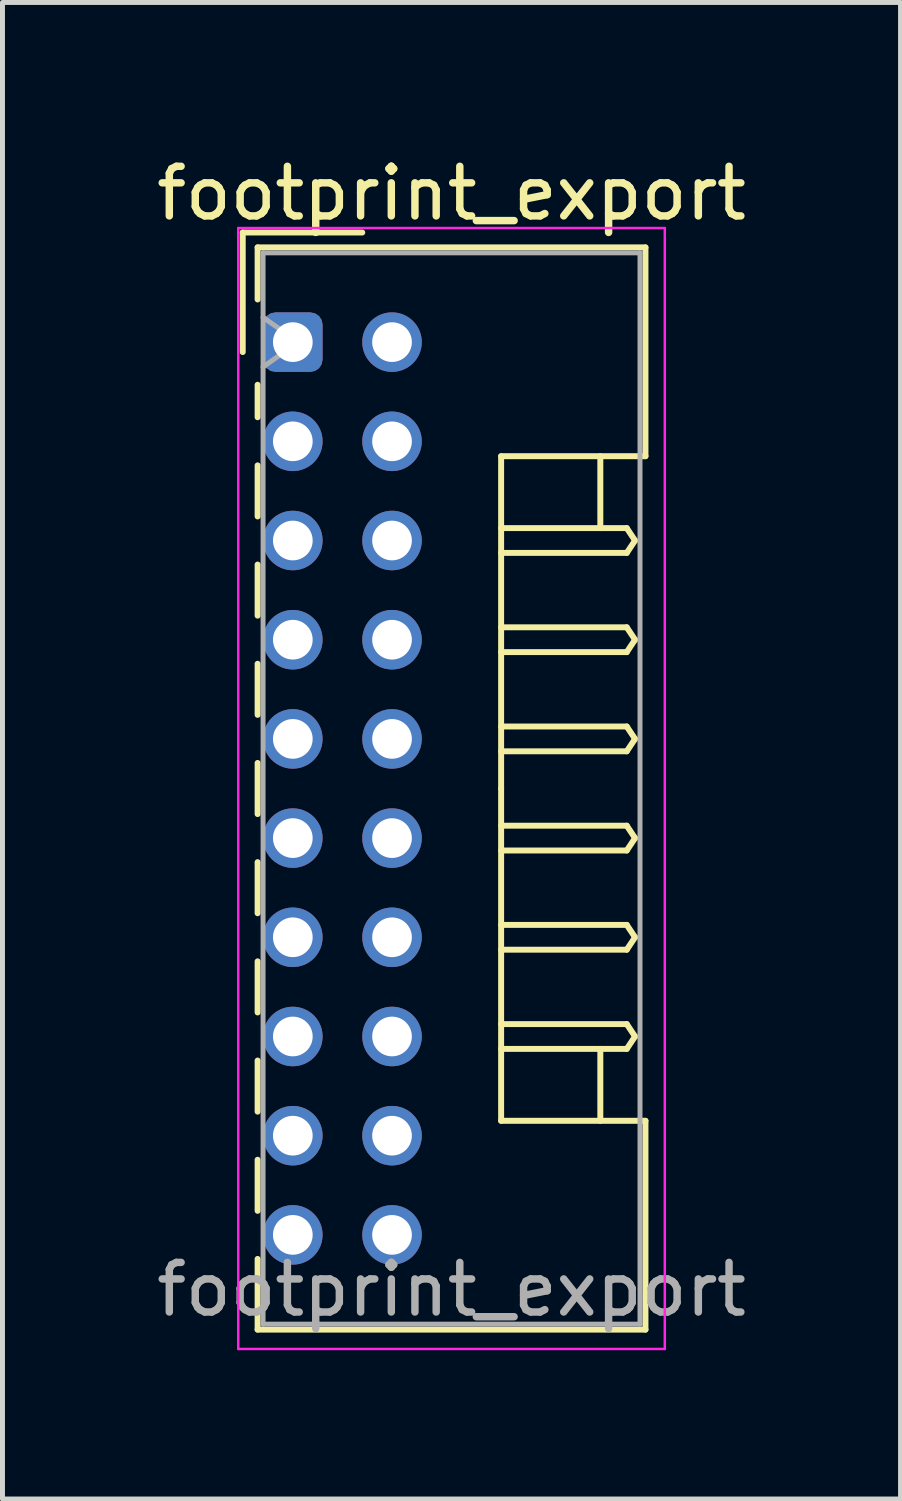
<source format=kicad_pcb>
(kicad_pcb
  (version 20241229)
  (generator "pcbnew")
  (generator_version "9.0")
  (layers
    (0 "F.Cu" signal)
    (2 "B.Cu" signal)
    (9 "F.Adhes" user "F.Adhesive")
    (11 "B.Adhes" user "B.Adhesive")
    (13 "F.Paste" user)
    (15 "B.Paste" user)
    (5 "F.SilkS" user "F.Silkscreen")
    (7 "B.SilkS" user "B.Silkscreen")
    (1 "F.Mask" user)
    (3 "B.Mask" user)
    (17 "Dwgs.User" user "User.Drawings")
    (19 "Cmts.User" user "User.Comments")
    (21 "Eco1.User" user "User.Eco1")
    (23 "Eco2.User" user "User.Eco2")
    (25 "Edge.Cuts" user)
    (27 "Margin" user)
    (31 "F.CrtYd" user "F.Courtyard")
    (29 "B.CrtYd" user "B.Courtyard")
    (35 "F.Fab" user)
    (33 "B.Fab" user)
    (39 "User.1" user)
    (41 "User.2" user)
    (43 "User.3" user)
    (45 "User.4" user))
  (footprint "footprint_export"
    (layer "F.Cu")
    (at 2.854 3.848)
    (property "Reference" "footprint_export" (at 3.2 -3 0) (layer "F.SilkS") (effects (font (size 1 1) (thickness 0.15))))
    (attr through_hole)
    (fp_line (start -1.01 -2.21) (end -1.01 0.2) (stroke (width 0.12) (type solid)) (layer "F.SilkS"))
    (fp_line (start -0.71 -1.91) (end -0.71 -0.86) (stroke (width 0.12) (type solid)) (layer "F.SilkS"))
    (fp_line (start -0.71 -1.91) (end 7.11 -1.91) (stroke (width 0.12) (type solid)) (layer "F.SilkS"))
    (fp_line (start -0.71 0.86) (end -0.71 1.515) (stroke (width 0.12) (type solid)) (layer "F.SilkS"))
    (fp_line (start -0.71 2.485) (end -0.71 3.515) (stroke (width 0.12) (type solid)) (layer "F.SilkS"))
    (fp_line (start -0.71 4.485) (end -0.71 5.515) (stroke (width 0.12) (type solid)) (layer "F.SilkS"))
    (fp_line (start -0.71 6.485) (end -0.71 7.515) (stroke (width 0.12) (type solid)) (layer "F.SilkS"))
    (fp_line (start -0.71 8.485) (end -0.71 9.515) (stroke (width 0.12) (type solid)) (layer "F.SilkS"))
    (fp_line (start -0.71 10.485) (end -0.71 11.515) (stroke (width 0.12) (type solid)) (layer "F.SilkS"))
    (fp_line (start -0.71 12.485) (end -0.71 13.515) (stroke (width 0.12) (type solid)) (layer "F.SilkS"))
    (fp_line (start -0.71 14.485) (end -0.71 15.515) (stroke (width 0.12) (type solid)) (layer "F.SilkS"))
    (fp_line (start -0.71 16.485) (end -0.71 17.515) (stroke (width 0.12) (type solid)) (layer "F.SilkS"))
    (fp_line (start -0.71 18.485) (end -0.71 19.91) (stroke (width 0.12) (type solid)) (layer "F.SilkS"))
    (fp_line (start -0.71 19.91) (end 7.11 19.91) (stroke (width 0.12) (type solid)) (layer "F.SilkS"))
    (fp_line (start 1.4 -2.21) (end -1.01 -2.21) (stroke (width 0.12) (type solid)) (layer "F.SilkS"))
    (fp_line (start 4.2 2.3) (end 4.2 9) (stroke (width 0.12) (type solid)) (layer "F.SilkS"))
    (fp_line (start 4.2 3.75) (end 6.733 3.75) (stroke (width 0.12) (type solid)) (layer "F.SilkS"))
    (fp_line (start 4.2 5.75) (end 6.733 5.75) (stroke (width 0.12) (type solid)) (layer "F.SilkS"))
    (fp_line (start 4.2 7.75) (end 6.733 7.75) (stroke (width 0.12) (type solid)) (layer "F.SilkS"))
    (fp_line (start 4.2 9.75) (end 6.733 9.75) (stroke (width 0.12) (type solid)) (layer "F.SilkS"))
    (fp_line (start 4.2 11.75) (end 6.733 11.75) (stroke (width 0.12) (type solid)) (layer "F.SilkS"))
    (fp_line (start 4.2 13.75) (end 6.733 13.75) (stroke (width 0.12) (type solid)) (layer "F.SilkS"))
    (fp_line (start 4.2 15.7) (end 4.2 9) (stroke (width 0.12) (type solid)) (layer "F.SilkS"))
    (fp_line (start 6.2 2.3) (end 6.2 3.75) (stroke (width 0.12) (type solid)) (layer "F.SilkS"))
    (fp_line (start 6.2 15.7) (end 6.2 14.25) (stroke (width 0.12) (type solid)) (layer "F.SilkS"))
    (fp_line (start 6.733 3.75) (end 6.9 4) (stroke (width 0.12) (type solid)) (layer "F.SilkS"))
    (fp_line (start 6.733 4.25) (end 4.2 4.25) (stroke (width 0.12) (type solid)) (layer "F.SilkS"))
    (fp_line (start 6.733 5.75) (end 6.9 6) (stroke (width 0.12) (type solid)) (layer "F.SilkS"))
    (fp_line (start 6.733 6.25) (end 4.2 6.25) (stroke (width 0.12) (type solid)) (layer "F.SilkS"))
    (fp_line (start 6.733 7.75) (end 6.9 8) (stroke (width 0.12) (type solid)) (layer "F.SilkS"))
    (fp_line (start 6.733 8.25) (end 4.2 8.25) (stroke (width 0.12) (type solid)) (layer "F.SilkS"))
    (fp_line (start 6.733 9.75) (end 6.9 10) (stroke (width 0.12) (type solid)) (layer "F.SilkS"))
    (fp_line (start 6.733 10.25) (end 4.2 10.25) (stroke (width 0.12) (type solid)) (layer "F.SilkS"))
    (fp_line (start 6.733 11.75) (end 6.9 12) (stroke (width 0.12) (type solid)) (layer "F.SilkS"))
    (fp_line (start 6.733 12.25) (end 4.2 12.25) (stroke (width 0.12) (type solid)) (layer "F.SilkS"))
    (fp_line (start 6.733 13.75) (end 6.9 14) (stroke (width 0.12) (type solid)) (layer "F.SilkS"))
    (fp_line (start 6.733 14.25) (end 4.2 14.25) (stroke (width 0.12) (type solid)) (layer "F.SilkS"))
    (fp_line (start 6.9 4) (end 6.733 4.25) (stroke (width 0.12) (type solid)) (layer "F.SilkS"))
    (fp_line (start 6.9 6) (end 6.733 6.25) (stroke (width 0.12) (type solid)) (layer "F.SilkS"))
    (fp_line (start 6.9 8) (end 6.733 8.25) (stroke (width 0.12) (type solid)) (layer "F.SilkS"))
    (fp_line (start 6.9 10) (end 6.733 10.25) (stroke (width 0.12) (type solid)) (layer "F.SilkS"))
    (fp_line (start 6.9 12) (end 6.733 12.25) (stroke (width 0.12) (type solid)) (layer "F.SilkS"))
    (fp_line (start 6.9 14) (end 6.733 14.25) (stroke (width 0.12) (type solid)) (layer "F.SilkS"))
    (fp_line (start 7.11 -1.91) (end 7.11 2.3) (stroke (width 0.12) (type solid)) (layer "F.SilkS"))
    (fp_line (start 7.11 2.3) (end 4.2 2.3) (stroke (width 0.12) (type solid)) (layer "F.SilkS"))
    (fp_line (start 7.11 15.7) (end 4.2 15.7) (stroke (width 0.12) (type solid)) (layer "F.SilkS"))
    (fp_line (start 7.11 19.91) (end 7.11 15.7) (stroke (width 0.12) (type solid)) (layer "F.SilkS"))
    (fp_line (start -1.1 -2.3) (end -1.1 20.3) (stroke (width 0.05) (type solid)) (layer "F.CrtYd"))
    (fp_line (start -1.1 20.3) (end 7.5 20.3) (stroke (width 0.05) (type solid)) (layer "F.CrtYd"))
    (fp_line (start 7.5 -2.3) (end -1.1 -2.3) (stroke (width 0.05) (type solid)) (layer "F.CrtYd"))
    (fp_line (start 7.5 20.3) (end 7.5 -2.3) (stroke (width 0.05) (type solid)) (layer "F.CrtYd"))
    (fp_line (start -0.6 -1.8) (end -0.6 19.8) (stroke (width 0.1) (type solid)) (layer "F.Fab"))
    (fp_line (start -0.6 0.5) (end 0.107 0) (stroke (width 0.1) (type solid)) (layer "F.Fab"))
    (fp_line (start -0.6 19.8) (end 7 19.8) (stroke (width 0.1) (type solid)) (layer "F.Fab"))
    (fp_line (start 0.107 0) (end -0.6 -0.5) (stroke (width 0.1) (type solid)) (layer "F.Fab"))
    (fp_line (start 7 -1.8) (end -0.6 -1.8) (stroke (width 0.1) (type solid)) (layer "F.Fab"))
    (fp_line (start 7 19.8) (end 7 -1.8) (stroke (width 0.1) (type solid)) (layer "F.Fab"))
    (fp_text user "${REFERENCE}" (at 3.2 19.1 0) (layer "F.Fab") (effects (font (size 1 1) (thickness 0.15))))
    (pad "a1" thru_hole roundrect (at 0 0) (size 1.2 1.2) (drill 0.8) (layers "*.Cu" "*.Mask") (roundrect_rratio 0.208))
    (pad "a2" thru_hole circle (at 0 2) (size 1.2 1.2) (drill 0.8) (layers "*.Cu" "*.Mask"))
    (pad "a3" thru_hole circle (at 0 4) (size 1.2 1.2) (drill 0.8) (layers "*.Cu" "*.Mask"))
    (pad "a4" thru_hole circle (at 0 6) (size 1.2 1.2) (drill 0.8) (layers "*.Cu" "*.Mask"))
    (pad "a5" thru_hole circle (at 0 8) (size 1.2 1.2) (drill 0.8) (layers "*.Cu" "*.Mask"))
    (pad "a6" thru_hole circle (at 0 10) (size 1.2 1.2) (drill 0.8) (layers "*.Cu" "*.Mask"))
    (pad "a7" thru_hole circle (at 0 12) (size 1.2 1.2) (drill 0.8) (layers "*.Cu" "*.Mask"))
    (pad "a8" thru_hole circle (at 0 14) (size 1.2 1.2) (drill 0.8) (layers "*.Cu" "*.Mask"))
    (pad "a9" thru_hole circle (at 0 16) (size 1.2 1.2) (drill 0.8) (layers "*.Cu" "*.Mask"))
    (pad "a10" thru_hole circle (at 0 18) (size 1.2 1.2) (drill 0.8) (layers "*.Cu" "*.Mask"))
    (pad "b1" thru_hole circle (at 2 0) (size 1.2 1.2) (drill 0.8) (layers "*.Cu" "*.Mask"))
    (pad "b2" thru_hole circle (at 2 2) (size 1.2 1.2) (drill 0.8) (layers "*.Cu" "*.Mask"))
    (pad "b3" thru_hole circle (at 2 4) (size 1.2 1.2) (drill 0.8) (layers "*.Cu" "*.Mask"))
    (pad "b4" thru_hole circle (at 2 6) (size 1.2 1.2) (drill 0.8) (layers "*.Cu" "*.Mask"))
    (pad "b5" thru_hole circle (at 2 8) (size 1.2 1.2) (drill 0.8) (layers "*.Cu" "*.Mask"))
    (pad "b6" thru_hole circle (at 2 10) (size 1.2 1.2) (drill 0.8) (layers "*.Cu" "*.Mask"))
    (pad "b7" thru_hole circle (at 2 12) (size 1.2 1.2) (drill 0.8) (layers "*.Cu" "*.Mask"))
    (pad "b8" thru_hole circle (at 2 14) (size 1.2 1.2) (drill 0.8) (layers "*.Cu" "*.Mask"))
    (pad "b9" thru_hole circle (at 2 16) (size 1.2 1.2) (drill 0.8) (layers "*.Cu" "*.Mask"))
    (pad "b10" thru_hole circle (at 2 18) (size 1.2 1.2) (drill 0.8) (layers "*.Cu" "*.Mask")))
  (gr_rect
    (start -3 -3)
    (end 15.107 27.173)
    (stroke (width 0.1) (type default))
    (fill no)
    (layer "Edge.Cuts")))
</source>
